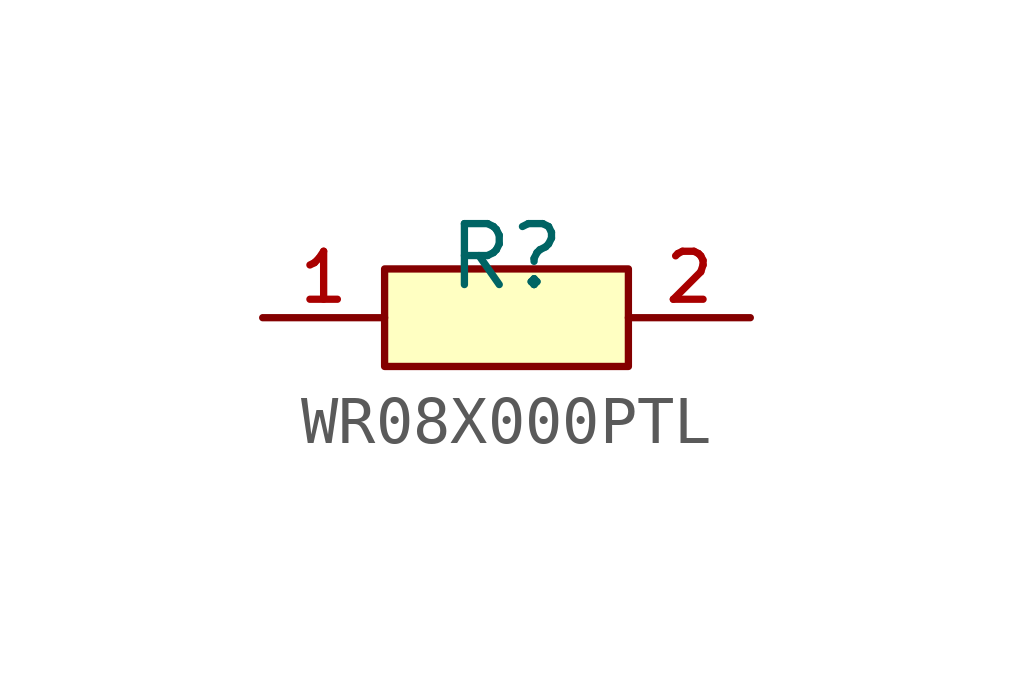
<source format=kicad_sym>
(kicad_symbol_lib
  (version 20210201)
  (generator TousstNicolas/JLC2KiCad_lib)
  (symbol "WR08X000PTL"
    (pin_names hide)
    (property "Reference" "R"
      (at 0 1.27 0)
      (effects (font (size 1.27 1.27))))
    (symbol "WR08X000PTL_0_1"
      (pin input line (at 5.08 -0.0 180) (length 2.54) (name "2" (effects (font (size 1 1)))) (number "2" (effects (font (size 1 1)))))
      (pin input line (at -5.08 -0.0 0) (length 2.54) (name "1" (effects (font (size 1 1)))) (number "1" (effects (font (size 1 1)))))
      (rectangle (start -2.54 1.016) (end 2.54 -1.016) (stroke (width 0) (type default) (color 0 0 0 0)) (fill (type background))))))
</source>
